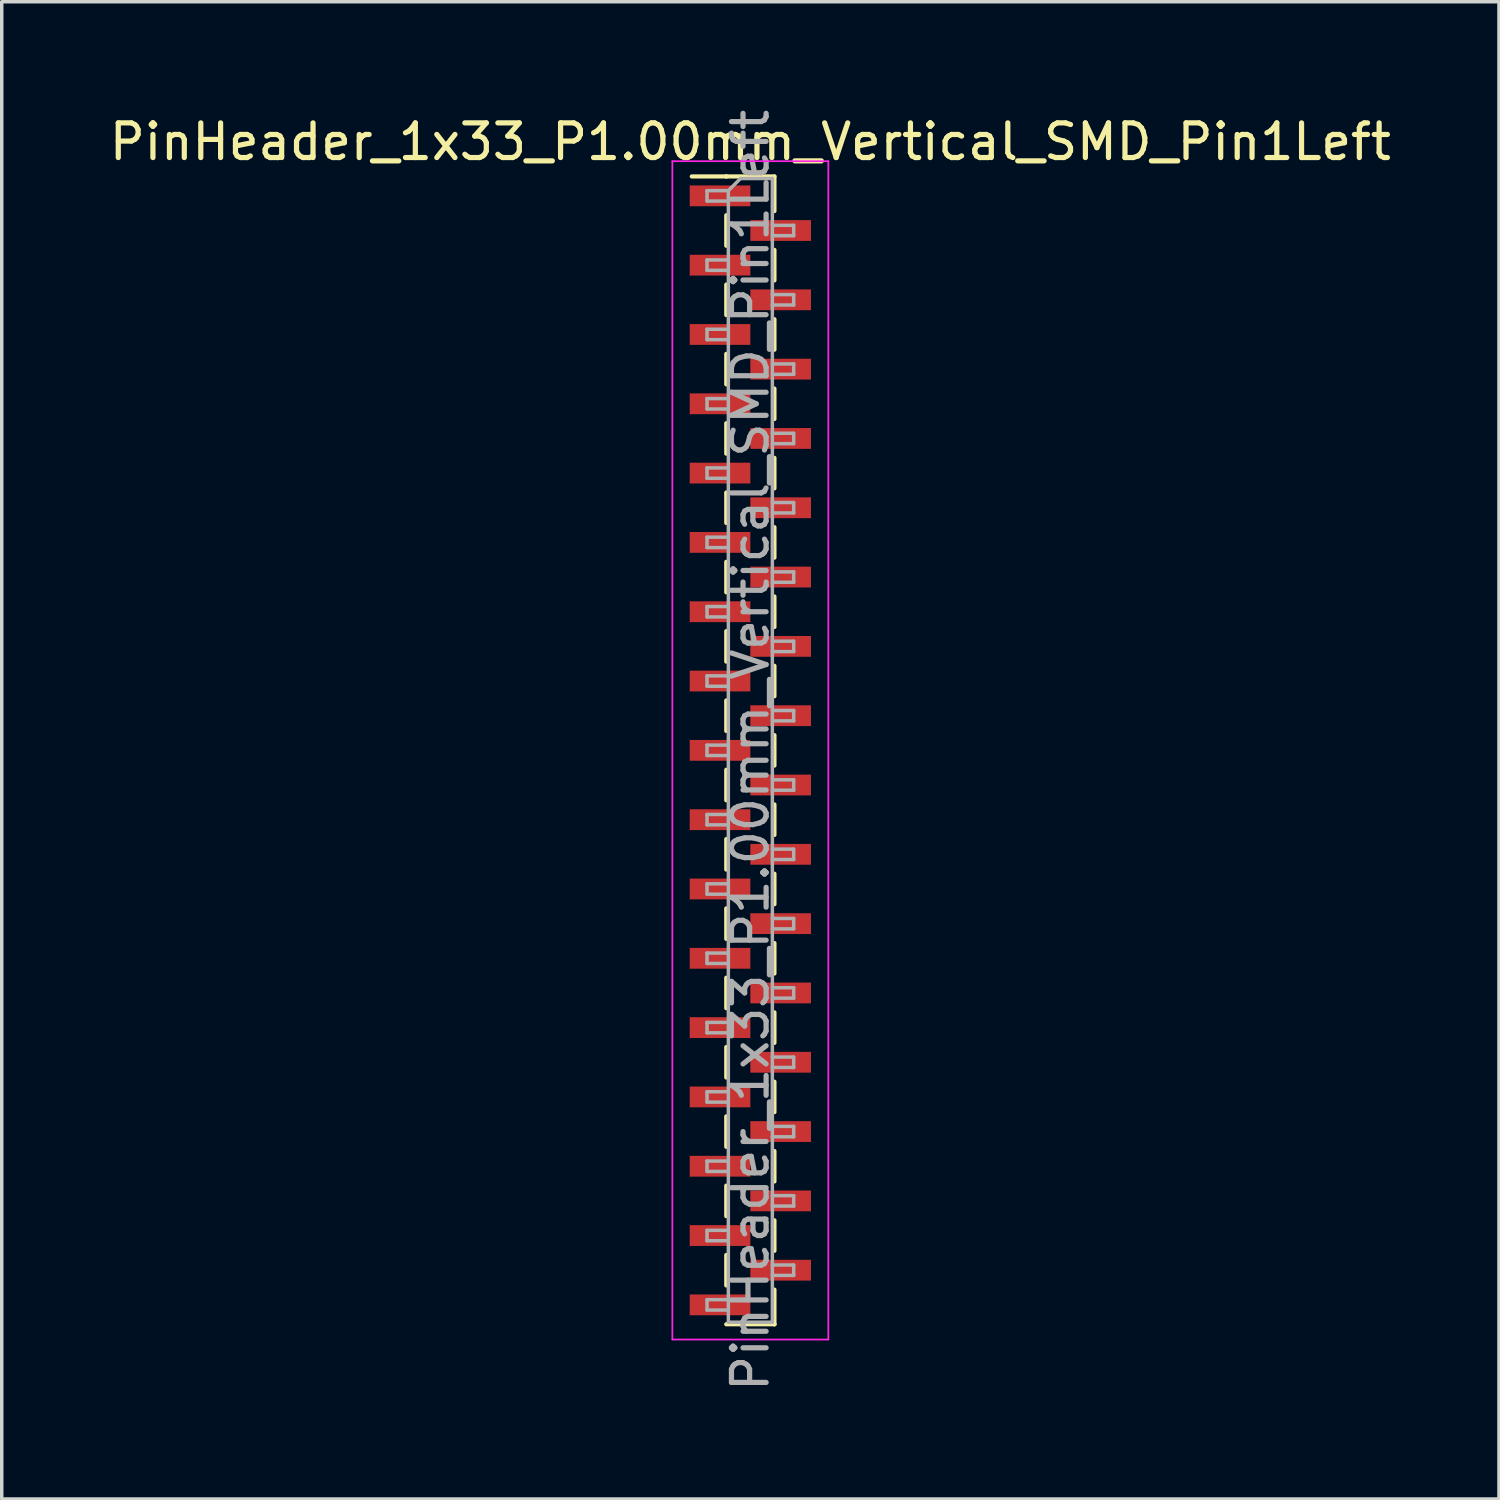
<source format=kicad_pcb>
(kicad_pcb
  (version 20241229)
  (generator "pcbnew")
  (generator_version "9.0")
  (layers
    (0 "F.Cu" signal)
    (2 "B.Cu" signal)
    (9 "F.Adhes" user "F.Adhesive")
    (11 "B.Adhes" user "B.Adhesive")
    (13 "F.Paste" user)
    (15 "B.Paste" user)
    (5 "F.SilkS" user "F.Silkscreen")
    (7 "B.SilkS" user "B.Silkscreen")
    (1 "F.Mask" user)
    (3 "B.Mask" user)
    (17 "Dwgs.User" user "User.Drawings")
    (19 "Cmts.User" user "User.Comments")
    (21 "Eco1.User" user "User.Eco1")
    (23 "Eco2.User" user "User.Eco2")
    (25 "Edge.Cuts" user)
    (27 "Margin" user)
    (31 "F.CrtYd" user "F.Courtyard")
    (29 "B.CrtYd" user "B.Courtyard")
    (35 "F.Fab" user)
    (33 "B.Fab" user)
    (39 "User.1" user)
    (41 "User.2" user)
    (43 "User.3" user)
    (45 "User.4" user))
  (footprint "PinHeader_1x33_P1.00mm_Vertical_SMD_Pin1Left"
    (layer "F.Cu")
    (at 18.601 18.601)
    (property "Reference" "PinHeader_1x33_P1.00mm_Vertical_SMD_Pin1Left" (at 0 -17.56 0) (layer "F.SilkS") (effects (font (size 1 1) (thickness 0.15))))
    (attr smd)
    (fp_line (start -0.695 -16.56) (end -1.69 -16.56) (stroke (width 0.12) (type solid)) (layer "F.SilkS"))
    (fp_line (start -0.695 -16.56) (end -0.695 -16.56) (stroke (width 0.12) (type solid)) (layer "F.SilkS"))
    (fp_line (start -0.695 -16.56) (end 0.695 -16.56) (stroke (width 0.12) (type solid)) (layer "F.SilkS"))
    (fp_line (start -0.695 -15.44) (end -0.695 -14.56) (stroke (width 0.12) (type solid)) (layer "F.SilkS"))
    (fp_line (start -0.695 -13.44) (end -0.695 -12.56) (stroke (width 0.12) (type solid)) (layer "F.SilkS"))
    (fp_line (start -0.695 -11.44) (end -0.695 -10.56) (stroke (width 0.12) (type solid)) (layer "F.SilkS"))
    (fp_line (start -0.695 -9.44) (end -0.695 -8.56) (stroke (width 0.12) (type solid)) (layer "F.SilkS"))
    (fp_line (start -0.695 -7.44) (end -0.695 -6.56) (stroke (width 0.12) (type solid)) (layer "F.SilkS"))
    (fp_line (start -0.695 -5.44) (end -0.695 -4.56) (stroke (width 0.12) (type solid)) (layer "F.SilkS"))
    (fp_line (start -0.695 -3.44) (end -0.695 -2.56) (stroke (width 0.12) (type solid)) (layer "F.SilkS"))
    (fp_line (start -0.695 -1.44) (end -0.695 -0.56) (stroke (width 0.12) (type solid)) (layer "F.SilkS"))
    (fp_line (start -0.695 0.56) (end -0.695 1.44) (stroke (width 0.12) (type solid)) (layer "F.SilkS"))
    (fp_line (start -0.695 2.56) (end -0.695 3.44) (stroke (width 0.12) (type solid)) (layer "F.SilkS"))
    (fp_line (start -0.695 4.56) (end -0.695 5.44) (stroke (width 0.12) (type solid)) (layer "F.SilkS"))
    (fp_line (start -0.695 6.56) (end -0.695 7.44) (stroke (width 0.12) (type solid)) (layer "F.SilkS"))
    (fp_line (start -0.695 8.56) (end -0.695 9.44) (stroke (width 0.12) (type solid)) (layer "F.SilkS"))
    (fp_line (start -0.695 10.56) (end -0.695 11.44) (stroke (width 0.12) (type solid)) (layer "F.SilkS"))
    (fp_line (start -0.695 12.56) (end -0.695 13.44) (stroke (width 0.12) (type solid)) (layer "F.SilkS"))
    (fp_line (start -0.695 14.56) (end -0.695 15.44) (stroke (width 0.12) (type solid)) (layer "F.SilkS"))
    (fp_line (start -0.695 16.56) (end 0.695 16.56) (stroke (width 0.12) (type solid)) (layer "F.SilkS"))
    (fp_line (start 0.695 -16.56) (end 0.695 -15.56) (stroke (width 0.12) (type solid)) (layer "F.SilkS"))
    (fp_line (start 0.695 -14.44) (end 0.695 -13.56) (stroke (width 0.12) (type solid)) (layer "F.SilkS"))
    (fp_line (start 0.695 -12.44) (end 0.695 -11.56) (stroke (width 0.12) (type solid)) (layer "F.SilkS"))
    (fp_line (start 0.695 -10.44) (end 0.695 -9.56) (stroke (width 0.12) (type solid)) (layer "F.SilkS"))
    (fp_line (start 0.695 -8.44) (end 0.695 -7.56) (stroke (width 0.12) (type solid)) (layer "F.SilkS"))
    (fp_line (start 0.695 -6.44) (end 0.695 -5.56) (stroke (width 0.12) (type solid)) (layer "F.SilkS"))
    (fp_line (start 0.695 -4.44) (end 0.695 -3.56) (stroke (width 0.12) (type solid)) (layer "F.SilkS"))
    (fp_line (start 0.695 -2.44) (end 0.695 -1.56) (stroke (width 0.12) (type solid)) (layer "F.SilkS"))
    (fp_line (start 0.695 -0.44) (end 0.695 0.44) (stroke (width 0.12) (type solid)) (layer "F.SilkS"))
    (fp_line (start 0.695 1.56) (end 0.695 2.44) (stroke (width 0.12) (type solid)) (layer "F.SilkS"))
    (fp_line (start 0.695 3.56) (end 0.695 4.44) (stroke (width 0.12) (type solid)) (layer "F.SilkS"))
    (fp_line (start 0.695 5.56) (end 0.695 6.44) (stroke (width 0.12) (type solid)) (layer "F.SilkS"))
    (fp_line (start 0.695 7.56) (end 0.695 8.44) (stroke (width 0.12) (type solid)) (layer "F.SilkS"))
    (fp_line (start 0.695 9.56) (end 0.695 10.44) (stroke (width 0.12) (type solid)) (layer "F.SilkS"))
    (fp_line (start 0.695 11.56) (end 0.695 12.44) (stroke (width 0.12) (type solid)) (layer "F.SilkS"))
    (fp_line (start 0.695 13.56) (end 0.695 14.44) (stroke (width 0.12) (type solid)) (layer "F.SilkS"))
    (fp_line (start 0.695 15.56) (end 0.695 16.56) (stroke (width 0.12) (type solid)) (layer "F.SilkS"))
    (fp_line (start 0.695 16.56) (end 0.695 16.56) (stroke (width 0.12) (type solid)) (layer "F.SilkS"))
    (fp_line (start -2.25 -17) (end -2.25 17) (stroke (width 0.05) (type solid)) (layer "F.CrtYd"))
    (fp_line (start -2.25 17) (end 2.25 17) (stroke (width 0.05) (type solid)) (layer "F.CrtYd"))
    (fp_line (start 2.25 -17) (end -2.25 -17) (stroke (width 0.05) (type solid)) (layer "F.CrtYd"))
    (fp_line (start 2.25 17) (end 2.25 -17) (stroke (width 0.05) (type solid)) (layer "F.CrtYd"))
    (fp_line (start -1.25 -16.15) (end -1.25 -15.85) (stroke (width 0.1) (type solid)) (layer "F.Fab"))
    (fp_line (start -1.25 -15.85) (end -0.635 -15.85) (stroke (width 0.1) (type solid)) (layer "F.Fab"))
    (fp_line (start -1.25 -14.15) (end -1.25 -13.85) (stroke (width 0.1) (type solid)) (layer "F.Fab"))
    (fp_line (start -1.25 -13.85) (end -0.635 -13.85) (stroke (width 0.1) (type solid)) (layer "F.Fab"))
    (fp_line (start -1.25 -12.15) (end -1.25 -11.85) (stroke (width 0.1) (type solid)) (layer "F.Fab"))
    (fp_line (start -1.25 -11.85) (end -0.635 -11.85) (stroke (width 0.1) (type solid)) (layer "F.Fab"))
    (fp_line (start -1.25 -10.15) (end -1.25 -9.85) (stroke (width 0.1) (type solid)) (layer "F.Fab"))
    (fp_line (start -1.25 -9.85) (end -0.635 -9.85) (stroke (width 0.1) (type solid)) (layer "F.Fab"))
    (fp_line (start -1.25 -8.15) (end -1.25 -7.85) (stroke (width 0.1) (type solid)) (layer "F.Fab"))
    (fp_line (start -1.25 -7.85) (end -0.635 -7.85) (stroke (width 0.1) (type solid)) (layer "F.Fab"))
    (fp_line (start -1.25 -6.15) (end -1.25 -5.85) (stroke (width 0.1) (type solid)) (layer "F.Fab"))
    (fp_line (start -1.25 -5.85) (end -0.635 -5.85) (stroke (width 0.1) (type solid)) (layer "F.Fab"))
    (fp_line (start -1.25 -4.15) (end -1.25 -3.85) (stroke (width 0.1) (type solid)) (layer "F.Fab"))
    (fp_line (start -1.25 -3.85) (end -0.635 -3.85) (stroke (width 0.1) (type solid)) (layer "F.Fab"))
    (fp_line (start -1.25 -2.15) (end -1.25 -1.85) (stroke (width 0.1) (type solid)) (layer "F.Fab"))
    (fp_line (start -1.25 -1.85) (end -0.635 -1.85) (stroke (width 0.1) (type solid)) (layer "F.Fab"))
    (fp_line (start -1.25 -0.15) (end -1.25 0.15) (stroke (width 0.1) (type solid)) (layer "F.Fab"))
    (fp_line (start -1.25 0.15) (end -0.635 0.15) (stroke (width 0.1) (type solid)) (layer "F.Fab"))
    (fp_line (start -1.25 1.85) (end -1.25 2.15) (stroke (width 0.1) (type solid)) (layer "F.Fab"))
    (fp_line (start -1.25 2.15) (end -0.635 2.15) (stroke (width 0.1) (type solid)) (layer "F.Fab"))
    (fp_line (start -1.25 3.85) (end -1.25 4.15) (stroke (width 0.1) (type solid)) (layer "F.Fab"))
    (fp_line (start -1.25 4.15) (end -0.635 4.15) (stroke (width 0.1) (type solid)) (layer "F.Fab"))
    (fp_line (start -1.25 5.85) (end -1.25 6.15) (stroke (width 0.1) (type solid)) (layer "F.Fab"))
    (fp_line (start -1.25 6.15) (end -0.635 6.15) (stroke (width 0.1) (type solid)) (layer "F.Fab"))
    (fp_line (start -1.25 7.85) (end -1.25 8.15) (stroke (width 0.1) (type solid)) (layer "F.Fab"))
    (fp_line (start -1.25 8.15) (end -0.635 8.15) (stroke (width 0.1) (type solid)) (layer "F.Fab"))
    (fp_line (start -1.25 9.85) (end -1.25 10.15) (stroke (width 0.1) (type solid)) (layer "F.Fab"))
    (fp_line (start -1.25 10.15) (end -0.635 10.15) (stroke (width 0.1) (type solid)) (layer "F.Fab"))
    (fp_line (start -1.25 11.85) (end -1.25 12.15) (stroke (width 0.1) (type solid)) (layer "F.Fab"))
    (fp_line (start -1.25 12.15) (end -0.635 12.15) (stroke (width 0.1) (type solid)) (layer "F.Fab"))
    (fp_line (start -1.25 13.85) (end -1.25 14.15) (stroke (width 0.1) (type solid)) (layer "F.Fab"))
    (fp_line (start -1.25 14.15) (end -0.635 14.15) (stroke (width 0.1) (type solid)) (layer "F.Fab"))
    (fp_line (start -1.25 15.85) (end -1.25 16.15) (stroke (width 0.1) (type solid)) (layer "F.Fab"))
    (fp_line (start -1.25 16.15) (end -0.635 16.15) (stroke (width 0.1) (type solid)) (layer "F.Fab"))
    (fp_line (start -0.635 -16.15) (end -1.25 -16.15) (stroke (width 0.1) (type solid)) (layer "F.Fab"))
    (fp_line (start -0.635 -16.15) (end -0.285 -16.5) (stroke (width 0.1) (type solid)) (layer "F.Fab"))
    (fp_line (start -0.635 -14.15) (end -1.25 -14.15) (stroke (width 0.1) (type solid)) (layer "F.Fab"))
    (fp_line (start -0.635 -12.15) (end -1.25 -12.15) (stroke (width 0.1) (type solid)) (layer "F.Fab"))
    (fp_line (start -0.635 -10.15) (end -1.25 -10.15) (stroke (width 0.1) (type solid)) (layer "F.Fab"))
    (fp_line (start -0.635 -8.15) (end -1.25 -8.15) (stroke (width 0.1) (type solid)) (layer "F.Fab"))
    (fp_line (start -0.635 -6.15) (end -1.25 -6.15) (stroke (width 0.1) (type solid)) (layer "F.Fab"))
    (fp_line (start -0.635 -4.15) (end -1.25 -4.15) (stroke (width 0.1) (type solid)) (layer "F.Fab"))
    (fp_line (start -0.635 -2.15) (end -1.25 -2.15) (stroke (width 0.1) (type solid)) (layer "F.Fab"))
    (fp_line (start -0.635 -0.15) (end -1.25 -0.15) (stroke (width 0.1) (type solid)) (layer "F.Fab"))
    (fp_line (start -0.635 1.85) (end -1.25 1.85) (stroke (width 0.1) (type solid)) (layer "F.Fab"))
    (fp_line (start -0.635 3.85) (end -1.25 3.85) (stroke (width 0.1) (type solid)) (layer "F.Fab"))
    (fp_line (start -0.635 5.85) (end -1.25 5.85) (stroke (width 0.1) (type solid)) (layer "F.Fab"))
    (fp_line (start -0.635 7.85) (end -1.25 7.85) (stroke (width 0.1) (type solid)) (layer "F.Fab"))
    (fp_line (start -0.635 9.85) (end -1.25 9.85) (stroke (width 0.1) (type solid)) (layer "F.Fab"))
    (fp_line (start -0.635 11.85) (end -1.25 11.85) (stroke (width 0.1) (type solid)) (layer "F.Fab"))
    (fp_line (start -0.635 13.85) (end -1.25 13.85) (stroke (width 0.1) (type solid)) (layer "F.Fab"))
    (fp_line (start -0.635 15.85) (end -1.25 15.85) (stroke (width 0.1) (type solid)) (layer "F.Fab"))
    (fp_line (start -0.635 16.5) (end -0.635 -16.15) (stroke (width 0.1) (type solid)) (layer "F.Fab"))
    (fp_line (start -0.285 -16.5) (end 0.635 -16.5) (stroke (width 0.1) (type solid)) (layer "F.Fab"))
    (fp_line (start 0.635 -16.5) (end 0.635 16.5) (stroke (width 0.1) (type solid)) (layer "F.Fab"))
    (fp_line (start 0.635 -15.15) (end 1.25 -15.15) (stroke (width 0.1) (type solid)) (layer "F.Fab"))
    (fp_line (start 0.635 -13.15) (end 1.25 -13.15) (stroke (width 0.1) (type solid)) (layer "F.Fab"))
    (fp_line (start 0.635 -11.15) (end 1.25 -11.15) (stroke (width 0.1) (type solid)) (layer "F.Fab"))
    (fp_line (start 0.635 -9.15) (end 1.25 -9.15) (stroke (width 0.1) (type solid)) (layer "F.Fab"))
    (fp_line (start 0.635 -7.15) (end 1.25 -7.15) (stroke (width 0.1) (type solid)) (layer "F.Fab"))
    (fp_line (start 0.635 -5.15) (end 1.25 -5.15) (stroke (width 0.1) (type solid)) (layer "F.Fab"))
    (fp_line (start 0.635 -3.15) (end 1.25 -3.15) (stroke (width 0.1) (type solid)) (layer "F.Fab"))
    (fp_line (start 0.635 -1.15) (end 1.25 -1.15) (stroke (width 0.1) (type solid)) (layer "F.Fab"))
    (fp_line (start 0.635 0.85) (end 1.25 0.85) (stroke (width 0.1) (type solid)) (layer "F.Fab"))
    (fp_line (start 0.635 2.85) (end 1.25 2.85) (stroke (width 0.1) (type solid)) (layer "F.Fab"))
    (fp_line (start 0.635 4.85) (end 1.25 4.85) (stroke (width 0.1) (type solid)) (layer "F.Fab"))
    (fp_line (start 0.635 6.85) (end 1.25 6.85) (stroke (width 0.1) (type solid)) (layer "F.Fab"))
    (fp_line (start 0.635 8.85) (end 1.25 8.85) (stroke (width 0.1) (type solid)) (layer "F.Fab"))
    (fp_line (start 0.635 10.85) (end 1.25 10.85) (stroke (width 0.1) (type solid)) (layer "F.Fab"))
    (fp_line (start 0.635 12.85) (end 1.25 12.85) (stroke (width 0.1) (type solid)) (layer "F.Fab"))
    (fp_line (start 0.635 14.85) (end 1.25 14.85) (stroke (width 0.1) (type solid)) (layer "F.Fab"))
    (fp_line (start 0.635 16.5) (end -0.635 16.5) (stroke (width 0.1) (type solid)) (layer "F.Fab"))
    (fp_line (start 1.25 -15.15) (end 1.25 -14.85) (stroke (width 0.1) (type solid)) (layer "F.Fab"))
    (fp_line (start 1.25 -14.85) (end 0.635 -14.85) (stroke (width 0.1) (type solid)) (layer "F.Fab"))
    (fp_line (start 1.25 -13.15) (end 1.25 -12.85) (stroke (width 0.1) (type solid)) (layer "F.Fab"))
    (fp_line (start 1.25 -12.85) (end 0.635 -12.85) (stroke (width 0.1) (type solid)) (layer "F.Fab"))
    (fp_line (start 1.25 -11.15) (end 1.25 -10.85) (stroke (width 0.1) (type solid)) (layer "F.Fab"))
    (fp_line (start 1.25 -10.85) (end 0.635 -10.85) (stroke (width 0.1) (type solid)) (layer "F.Fab"))
    (fp_line (start 1.25 -9.15) (end 1.25 -8.85) (stroke (width 0.1) (type solid)) (layer "F.Fab"))
    (fp_line (start 1.25 -8.85) (end 0.635 -8.85) (stroke (width 0.1) (type solid)) (layer "F.Fab"))
    (fp_line (start 1.25 -7.15) (end 1.25 -6.85) (stroke (width 0.1) (type solid)) (layer "F.Fab"))
    (fp_line (start 1.25 -6.85) (end 0.635 -6.85) (stroke (width 0.1) (type solid)) (layer "F.Fab"))
    (fp_line (start 1.25 -5.15) (end 1.25 -4.85) (stroke (width 0.1) (type solid)) (layer "F.Fab"))
    (fp_line (start 1.25 -4.85) (end 0.635 -4.85) (stroke (width 0.1) (type solid)) (layer "F.Fab"))
    (fp_line (start 1.25 -3.15) (end 1.25 -2.85) (stroke (width 0.1) (type solid)) (layer "F.Fab"))
    (fp_line (start 1.25 -2.85) (end 0.635 -2.85) (stroke (width 0.1) (type solid)) (layer "F.Fab"))
    (fp_line (start 1.25 -1.15) (end 1.25 -0.85) (stroke (width 0.1) (type solid)) (layer "F.Fab"))
    (fp_line (start 1.25 -0.85) (end 0.635 -0.85) (stroke (width 0.1) (type solid)) (layer "F.Fab"))
    (fp_line (start 1.25 0.85) (end 1.25 1.15) (stroke (width 0.1) (type solid)) (layer "F.Fab"))
    (fp_line (start 1.25 1.15) (end 0.635 1.15) (stroke (width 0.1) (type solid)) (layer "F.Fab"))
    (fp_line (start 1.25 2.85) (end 1.25 3.15) (stroke (width 0.1) (type solid)) (layer "F.Fab"))
    (fp_line (start 1.25 3.15) (end 0.635 3.15) (stroke (width 0.1) (type solid)) (layer "F.Fab"))
    (fp_line (start 1.25 4.85) (end 1.25 5.15) (stroke (width 0.1) (type solid)) (layer "F.Fab"))
    (fp_line (start 1.25 5.15) (end 0.635 5.15) (stroke (width 0.1) (type solid)) (layer "F.Fab"))
    (fp_line (start 1.25 6.85) (end 1.25 7.15) (stroke (width 0.1) (type solid)) (layer "F.Fab"))
    (fp_line (start 1.25 7.15) (end 0.635 7.15) (stroke (width 0.1) (type solid)) (layer "F.Fab"))
    (fp_line (start 1.25 8.85) (end 1.25 9.15) (stroke (width 0.1) (type solid)) (layer "F.Fab"))
    (fp_line (start 1.25 9.15) (end 0.635 9.15) (stroke (width 0.1) (type solid)) (layer "F.Fab"))
    (fp_line (start 1.25 10.85) (end 1.25 11.15) (stroke (width 0.1) (type solid)) (layer "F.Fab"))
    (fp_line (start 1.25 11.15) (end 0.635 11.15) (stroke (width 0.1) (type solid)) (layer "F.Fab"))
    (fp_line (start 1.25 12.85) (end 1.25 13.15) (stroke (width 0.1) (type solid)) (layer "F.Fab"))
    (fp_line (start 1.25 13.15) (end 0.635 13.15) (stroke (width 0.1) (type solid)) (layer "F.Fab"))
    (fp_line (start 1.25 14.85) (end 1.25 15.15) (stroke (width 0.1) (type solid)) (layer "F.Fab"))
    (fp_line (start 1.25 15.15) (end 0.635 15.15) (stroke (width 0.1) (type solid)) (layer "F.Fab"))
    (fp_text user "${REFERENCE}" (at 0 0 90) (layer "F.Fab") (effects (font (size 1 1) (thickness 0.15))))
    (pad "1" smd rect (at -0.875 -16) (size 1.75 0.6) (layers "F.Cu" "F.Mask" "F.Paste"))
    (pad "2" smd rect (at 0.875 -15) (size 1.75 0.6) (layers "F.Cu" "F.Mask" "F.Paste"))
    (pad "3" smd rect (at -0.875 -14) (size 1.75 0.6) (layers "F.Cu" "F.Mask" "F.Paste"))
    (pad "4" smd rect (at 0.875 -13) (size 1.75 0.6) (layers "F.Cu" "F.Mask" "F.Paste"))
    (pad "5" smd rect (at -0.875 -12) (size 1.75 0.6) (layers "F.Cu" "F.Mask" "F.Paste"))
    (pad "6" smd rect (at 0.875 -11) (size 1.75 0.6) (layers "F.Cu" "F.Mask" "F.Paste"))
    (pad "7" smd rect (at -0.875 -10) (size 1.75 0.6) (layers "F.Cu" "F.Mask" "F.Paste"))
    (pad "8" smd rect (at 0.875 -9) (size 1.75 0.6) (layers "F.Cu" "F.Mask" "F.Paste"))
    (pad "9" smd rect (at -0.875 -8) (size 1.75 0.6) (layers "F.Cu" "F.Mask" "F.Paste"))
    (pad "10" smd rect (at 0.875 -7) (size 1.75 0.6) (layers "F.Cu" "F.Mask" "F.Paste"))
    (pad "11" smd rect (at -0.875 -6) (size 1.75 0.6) (layers "F.Cu" "F.Mask" "F.Paste"))
    (pad "12" smd rect (at 0.875 -5) (size 1.75 0.6) (layers "F.Cu" "F.Mask" "F.Paste"))
    (pad "13" smd rect (at -0.875 -4) (size 1.75 0.6) (layers "F.Cu" "F.Mask" "F.Paste"))
    (pad "14" smd rect (at 0.875 -3) (size 1.75 0.6) (layers "F.Cu" "F.Mask" "F.Paste"))
    (pad "15" smd rect (at -0.875 -2) (size 1.75 0.6) (layers "F.Cu" "F.Mask" "F.Paste"))
    (pad "16" smd rect (at 0.875 -1) (size 1.75 0.6) (layers "F.Cu" "F.Mask" "F.Paste"))
    (pad "17" smd rect (at -0.875 0) (size 1.75 0.6) (layers "F.Cu" "F.Mask" "F.Paste"))
    (pad "18" smd rect (at 0.875 1) (size 1.75 0.6) (layers "F.Cu" "F.Mask" "F.Paste"))
    (pad "19" smd rect (at -0.875 2) (size 1.75 0.6) (layers "F.Cu" "F.Mask" "F.Paste"))
    (pad "20" smd rect (at 0.875 3) (size 1.75 0.6) (layers "F.Cu" "F.Mask" "F.Paste"))
    (pad "21" smd rect (at -0.875 4) (size 1.75 0.6) (layers "F.Cu" "F.Mask" "F.Paste"))
    (pad "22" smd rect (at 0.875 5) (size 1.75 0.6) (layers "F.Cu" "F.Mask" "F.Paste"))
    (pad "23" smd rect (at -0.875 6) (size 1.75 0.6) (layers "F.Cu" "F.Mask" "F.Paste"))
    (pad "24" smd rect (at 0.875 7) (size 1.75 0.6) (layers "F.Cu" "F.Mask" "F.Paste"))
    (pad "25" smd rect (at -0.875 8) (size 1.75 0.6) (layers "F.Cu" "F.Mask" "F.Paste"))
    (pad "26" smd rect (at 0.875 9) (size 1.75 0.6) (layers "F.Cu" "F.Mask" "F.Paste"))
    (pad "27" smd rect (at -0.875 10) (size 1.75 0.6) (layers "F.Cu" "F.Mask" "F.Paste"))
    (pad "28" smd rect (at 0.875 11) (size 1.75 0.6) (layers "F.Cu" "F.Mask" "F.Paste"))
    (pad "29" smd rect (at -0.875 12) (size 1.75 0.6) (layers "F.Cu" "F.Mask" "F.Paste"))
    (pad "30" smd rect (at 0.875 13) (size 1.75 0.6) (layers "F.Cu" "F.Mask" "F.Paste"))
    (pad "31" smd rect (at -0.875 14) (size 1.75 0.6) (layers "F.Cu" "F.Mask" "F.Paste"))
    (pad "32" smd rect (at 0.875 15) (size 1.75 0.6) (layers "F.Cu" "F.Mask" "F.Paste"))
    (pad "33" smd rect (at -0.875 16) (size 1.75 0.6) (layers "F.Cu" "F.Mask" "F.Paste")))
  (gr_rect
    (start -3 -3)
    (end 40.202 40.202)
    (stroke (width 0.1) (type default))
    (fill no)
    (layer "Edge.Cuts")))
</source>
